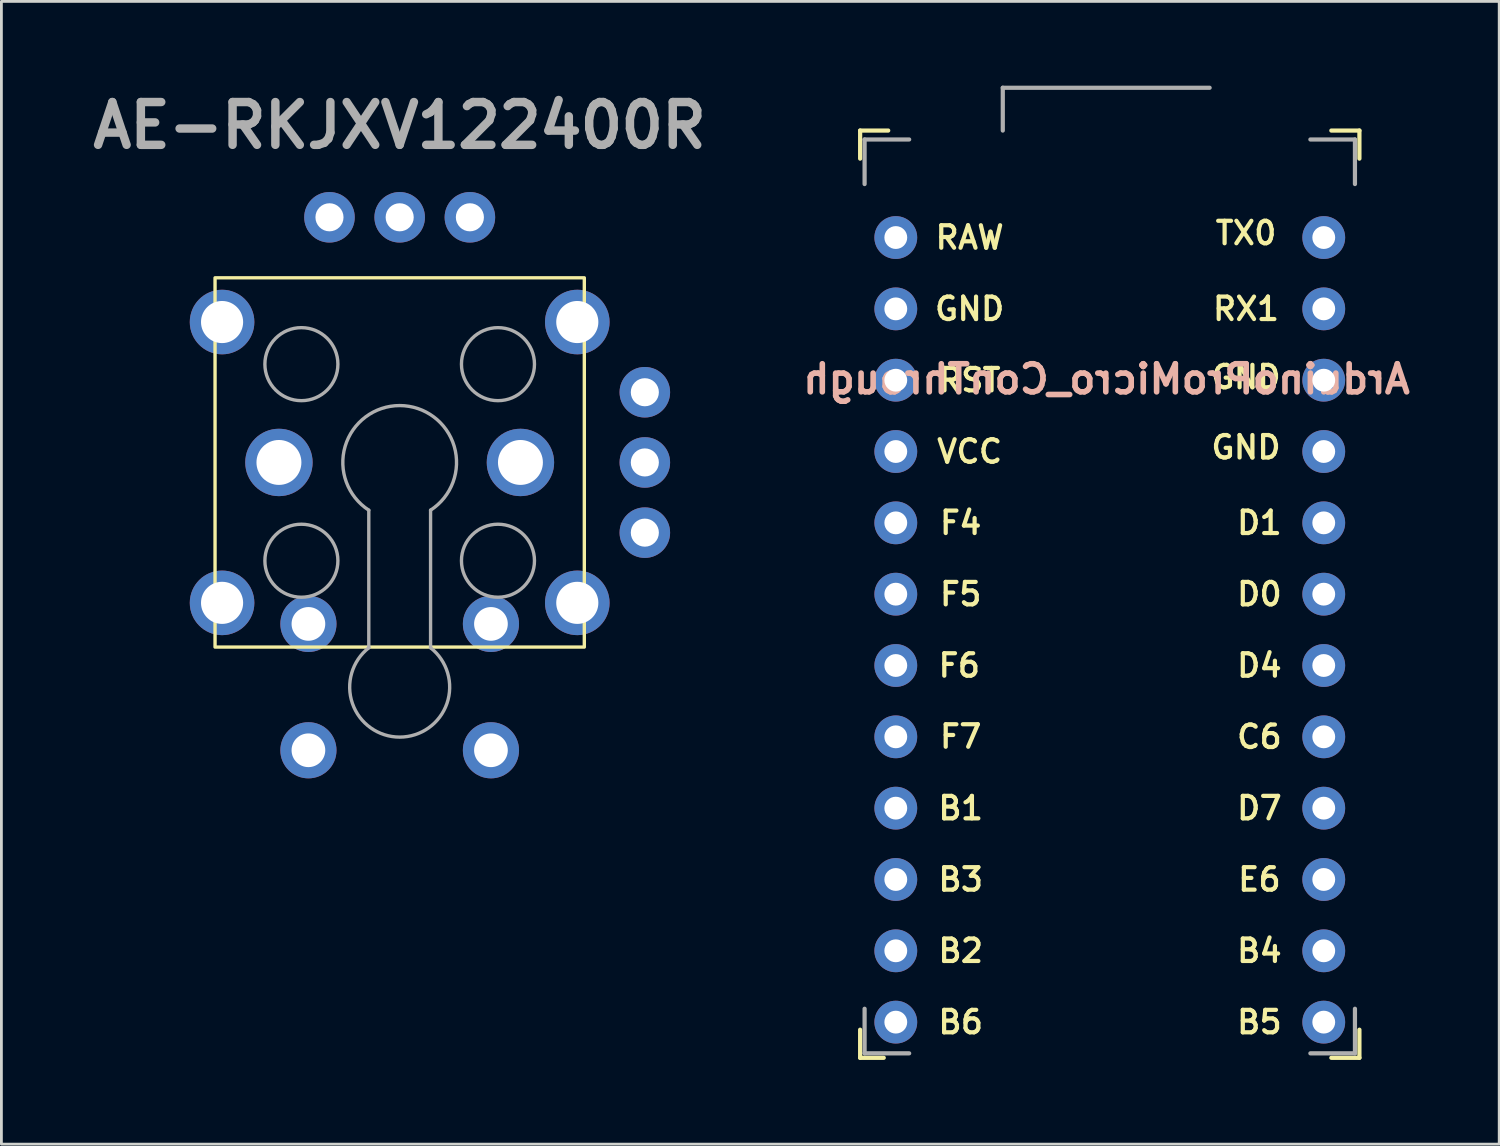
<source format=kicad_pcb>
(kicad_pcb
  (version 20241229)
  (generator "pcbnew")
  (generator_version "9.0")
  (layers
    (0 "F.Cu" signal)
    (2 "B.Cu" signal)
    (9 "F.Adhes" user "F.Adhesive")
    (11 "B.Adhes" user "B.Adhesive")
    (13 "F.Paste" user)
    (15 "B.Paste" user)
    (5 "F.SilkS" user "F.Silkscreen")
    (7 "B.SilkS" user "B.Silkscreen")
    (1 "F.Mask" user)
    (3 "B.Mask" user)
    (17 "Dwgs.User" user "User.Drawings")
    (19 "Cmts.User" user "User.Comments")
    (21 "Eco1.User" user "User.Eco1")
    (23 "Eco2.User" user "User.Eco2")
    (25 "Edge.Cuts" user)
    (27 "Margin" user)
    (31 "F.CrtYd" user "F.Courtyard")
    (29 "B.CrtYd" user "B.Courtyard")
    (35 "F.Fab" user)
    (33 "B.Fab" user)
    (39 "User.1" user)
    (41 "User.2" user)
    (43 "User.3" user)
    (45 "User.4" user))
  (footprint "ArduinoProMicro_ConThrough"
    (layer "F.Cu")
    (at 36.47 19.379)
    (property "Reference" "ArduinoProMicro_ConThrough" (at -0.118 -8.928 0) (layer "B.SilkS") (effects (font (size 1 1) (thickness 0.2)) (justify mirror)))
    (fp_line (start -8.89 -17.78) (end -8.89 -16.78) (stroke (width 0.15) (type solid)) (layer "F.SilkS"))
    (fp_line (start -8.89 15.24) (end -8.89 14.24) (stroke (width 0.15) (type solid)) (layer "F.SilkS"))
    (fp_line (start -8.89 15.24) (end -8.049 15.24) (stroke (width 0.15) (type solid)) (layer "F.SilkS"))
    (fp_line (start -7.89 -17.78) (end -8.89 -17.78) (stroke (width 0.15) (type solid)) (layer "F.SilkS"))
    (fp_line (start 8.89 -17.78) (end 7.89 -17.78) (stroke (width 0.15) (type solid)) (layer "F.SilkS"))
    (fp_line (start 8.89 -17.78) (end 8.89 -16.78) (stroke (width 0.15) (type solid)) (layer "F.SilkS"))
    (fp_line (start 8.89 15.24) (end 7.89 15.24) (stroke (width 0.15) (type solid)) (layer "F.SilkS"))
    (fp_line (start 8.89 15.24) (end 8.89 14.24) (stroke (width 0.15) (type solid)) (layer "F.SilkS"))
    (fp_line (start -8.731 -17.462) (end -8.731 -15.875) (stroke (width 0.15) (type solid)) (layer "F.Fab"))
    (fp_line (start -8.731 15.081) (end -8.731 13.494) (stroke (width 0.15) (type solid)) (layer "F.Fab"))
    (fp_line (start -7.144 -17.462) (end -8.731 -17.462) (stroke (width 0.15) (type solid)) (layer "F.Fab"))
    (fp_line (start -7.144 15.081) (end -8.731 15.081) (stroke (width 0.15) (type solid)) (layer "F.Fab"))
    (fp_line (start -3.81 -19.304) (end 3.556 -19.304) (stroke (width 0.15) (type solid)) (layer "F.Fab"))
    (fp_line (start -3.81 -17.78) (end -3.81 -19.304) (stroke (width 0.15) (type solid)) (layer "F.Fab"))
    (fp_line (start 7.144 15.081) (end 8.731 15.081) (stroke (width 0.15) (type solid)) (layer "F.Fab"))
    (fp_line (start 8.731 -17.462) (end 7.144 -17.462) (stroke (width 0.15) (type solid)) (layer "F.Fab"))
    (fp_line (start 8.731 -15.875) (end 8.731 -17.462) (stroke (width 0.15) (type solid)) (layer "F.Fab"))
    (fp_line (start 8.731 15.081) (end 8.731 13.494) (stroke (width 0.15) (type solid)) (layer "F.Fab"))
    (fp_text user "F4" (at -5.309 -3.81 0) (unlocked yes) (layer "F.SilkS") (effects (font (size 0.8 0.8) (thickness 0.15))))
    (fp_text user "C6" (at 5.328 3.81 0) (unlocked yes) (layer "F.SilkS") (effects (font (size 0.8 0.8) (thickness 0.15))))
    (fp_text user "B6" (at -5.309 13.97 0) (unlocked yes) (layer "F.SilkS") (effects (font (size 0.8 0.8) (thickness 0.15))))
    (fp_text user "TX0" (at 4.851 -14.129 0) (unlocked yes) (layer "F.SilkS") (effects (font (size 0.8 0.8) (thickness 0.15))))
    (fp_text user "RST" (at -4.991 -8.89 0) (unlocked yes) (layer "F.SilkS") (effects (font (size 0.8 0.8) (thickness 0.15))))
    (fp_text user "D7" (at 5.328 6.35 0) (unlocked yes) (layer "F.SilkS") (effects (font (size 0.8 0.8) (thickness 0.15))))
    (fp_text user "F5" (at -5.309 -1.27 0) (unlocked yes) (layer "F.SilkS") (effects (font (size 0.8 0.8) (thickness 0.15))))
    (fp_text user "B3" (at -5.309 8.89 0) (unlocked yes) (layer "F.SilkS") (effects (font (size 0.8 0.8) (thickness 0.15))))
    (fp_text user "GND" (at -4.991 -11.43 0) (unlocked yes) (layer "F.SilkS") (effects (font (size 0.8 0.8) (thickness 0.15))))
    (fp_text user "RX1" (at 4.851 -11.43 0) (unlocked yes) (layer "F.SilkS") (effects (font (size 0.8 0.8) (thickness 0.15))))
    (fp_text user "B1" (at -5.309 6.35 0) (unlocked yes) (layer "F.SilkS") (effects (font (size 0.8 0.8) (thickness 0.15))))
    (fp_text user "F7" (at -5.309 3.8 0) (unlocked yes) (layer "F.SilkS") (effects (font (size 0.8 0.8) (thickness 0.15))))
    (fp_text user "D4" (at 5.328 1.27 0) (unlocked yes) (layer "F.SilkS") (effects (font (size 0.8 0.8) (thickness 0.15))))
    (fp_text user "D1" (at 5.328 -3.81 0) (unlocked yes) (layer "F.SilkS") (effects (font (size 0.8 0.8) (thickness 0.15))))
    (fp_text user "D0" (at 5.328 -1.27 0) (unlocked yes) (layer "F.SilkS") (effects (font (size 0.8 0.8) (thickness 0.15))))
    (fp_text user "F6" (at -5.36 1.27 0) (unlocked yes) (layer "F.SilkS") (effects (font (size 0.8 0.8) (thickness 0.15))))
    (fp_text user "VCC" (at -4.991 -6.35 0) (unlocked yes) (layer "F.SilkS") (effects (font (size 0.8 0.8) (thickness 0.15))))
    (fp_text user "RAW" (at -4.991 -13.97 0) (unlocked yes) (layer "F.SilkS") (effects (font (size 0.8 0.8) (thickness 0.15))))
    (fp_text user "GND" (at 4.851 -9 0) (unlocked yes) (layer "F.SilkS") (effects (font (size 0.8 0.8) (thickness 0.15))))
    (fp_text user "B4" (at 5.328 11.43 0) (unlocked yes) (layer "F.SilkS") (effects (font (size 0.8 0.8) (thickness 0.15))))
    (fp_text user "B2" (at -5.309 11.43 0) (unlocked yes) (layer "F.SilkS") (effects (font (size 0.8 0.8) (thickness 0.15))))
    (fp_text user "GND" (at 4.851 -6.5 0) (unlocked yes) (layer "F.SilkS") (effects (font (size 0.8 0.8) (thickness 0.15))))
    (fp_text user "E6" (at 5.328 8.89 0) (unlocked yes) (layer "F.SilkS") (effects (font (size 0.8 0.8) (thickness 0.15))))
    (fp_text user "B5" (at 5.328 13.97 0) (unlocked yes) (layer "F.SilkS") (effects (font (size 0.8 0.8) (thickness 0.15))))
    (pad "1" thru_hole circle (at 7.62 -13.97 270) (size 1.524 1.524) (drill 0.813) (layers "*.Cu" "*.Mask"))
    (pad "2" thru_hole circle (at 7.62 -11.43 270) (size 1.524 1.524) (drill 0.813) (layers "*.Cu" "*.Mask"))
    (pad "3" thru_hole circle (at 7.62 -8.89 270) (size 1.524 1.524) (drill 0.813) (layers "*.Cu" "*.Mask"))
    (pad "4" thru_hole circle (at 7.62 -6.35 270) (size 1.524 1.524) (drill 0.813) (layers "*.Cu" "*.Mask"))
    (pad "5" thru_hole circle (at 7.62 -3.81 270) (size 1.524 1.524) (drill 0.813) (layers "*.Cu" "*.Mask"))
    (pad "6" thru_hole circle (at 7.62 -1.27 270) (size 1.524 1.524) (drill 0.813) (layers "*.Cu" "*.Mask"))
    (pad "7" thru_hole circle (at 7.62 1.27 270) (size 1.524 1.524) (drill 0.813) (layers "*.Cu" "*.Mask"))
    (pad "8" thru_hole circle (at 7.62 3.81 270) (size 1.524 1.524) (drill 0.813) (layers "*.Cu" "*.Mask"))
    (pad "9" thru_hole circle (at 7.62 6.35 270) (size 1.524 1.524) (drill 0.813) (layers "*.Cu" "*.Mask"))
    (pad "10" thru_hole circle (at 7.62 8.89 270) (size 1.524 1.524) (drill 0.813) (layers "*.Cu" "*.Mask"))
    (pad "11" thru_hole circle (at 7.62 11.43 270) (size 1.524 1.524) (drill 0.813) (layers "*.Cu" "*.Mask"))
    (pad "12" thru_hole circle (at 7.62 13.97 270) (size 1.524 1.524) (drill 0.813) (layers "*.Cu" "*.Mask"))
    (pad "13" thru_hole circle (at -7.62 13.97 270) (size 1.524 1.524) (drill 0.813) (layers "*.Cu" "*.Mask"))
    (pad "14" thru_hole circle (at -7.62 11.43 270) (size 1.524 1.524) (drill 0.813) (layers "*.Cu" "*.Mask"))
    (pad "15" thru_hole circle (at -7.62 8.89 270) (size 1.524 1.524) (drill 0.813) (layers "*.Cu" "*.Mask"))
    (pad "16" thru_hole circle (at -7.62 6.35 270) (size 1.524 1.524) (drill 0.813) (layers "*.Cu" "*.Mask"))
    (pad "17" thru_hole circle (at -7.62 3.81 270) (size 1.524 1.524) (drill 0.813) (layers "*.Cu" "*.Mask"))
    (pad "18" thru_hole circle (at -7.62 1.27 270) (size 1.524 1.524) (drill 0.813) (layers "*.Cu" "*.Mask"))
    (pad "19" thru_hole circle (at -7.62 -1.27 270) (size 1.524 1.524) (drill 0.813) (layers "*.Cu" "*.Mask"))
    (pad "20" thru_hole circle (at -7.62 -3.81 270) (size 1.524 1.524) (drill 0.813) (layers "*.Cu" "*.Mask"))
    (pad "21" thru_hole circle (at -7.62 -6.35 270) (size 1.524 1.524) (drill 0.813) (layers "*.Cu" "*.Mask"))
    (pad "22" thru_hole circle (at -7.62 -8.89 270) (size 1.524 1.524) (drill 0.813) (layers "*.Cu" "*.Mask"))
    (pad "23" thru_hole circle (at -7.62 -11.43 270) (size 1.524 1.524) (drill 0.813) (layers "*.Cu" "*.Mask"))
    (pad "24" thru_hole circle (at -7.62 -13.97 270) (size 1.524 1.524) (drill 0.813) (layers "*.Cu" "*.Mask")))
  (footprint "AE-RKJXV122400R"
    (layer "F.Cu")
    (at 11.183 13.418)
    (property "Reference" "AE-RKJXV122400R" (at 0 -12 0) (layer "F.Fab") (effects (font (size 1.524 1.524) (thickness 0.3))))
    (attr board_only exclude_from_pos_files exclude_from_bom)
    (fp_rect (start -6.575 -6.575) (end 6.575 6.575) (stroke (width 0.12) (type solid)) (fill no) (layer "F.SilkS"))
    (fp_line (start -1.1 1.7) (end -1.1 6.6) (stroke (width 0.12) (type solid)) (layer "F.Fab"))
    (fp_line (start 1.1 1.7) (end 1.1 6.6) (stroke (width 0.12) (type solid)) (layer "F.Fab"))
    (fp_arc (start -1.1 1.699999) (mid 0.000003 -2.025471) (end 1.099999 1.700001) (stroke (width 0.12) (type solid)) (layer "F.Fab"))
    (fp_arc (start 1.099999 6.6) (mid 0 9.781097) (end -1.1 6.6) (stroke (width 0.12) (type solid)) (layer "F.Fab"))
    (fp_circle (center -3.5 -3.5) (end -2.2 -3.5) (stroke (width 0.12) (type solid)) (fill no) (layer "F.Fab"))
    (fp_circle (center -3.5 3.5) (end -2.2 3.5) (stroke (width 0.12) (type solid)) (fill no) (layer "F.Fab"))
    (fp_circle (center 3.5 -3.5) (end 4.8 -3.5) (stroke (width 0.12) (type solid)) (fill no) (layer "F.Fab"))
    (fp_circle (center 3.5 3.5) (end 4.8 3.5) (stroke (width 0.12) (type solid)) (fill no) (layer "F.Fab"))
    (pad "" thru_hole circle (at -6.325 -5) (size 2.3 2.3) (drill 1.5) (layers "*.Cu" "*.Mask"))
    (pad "" thru_hole circle (at -6.325 5) (size 2.3 2.3) (drill 1.5) (layers "*.Cu" "*.Mask"))
    (pad "" thru_hole circle (at -4.3 0) (size 2.4 2.4) (drill 1.6) (layers "*.Cu" "*.Mask"))
    (pad "" thru_hole circle (at 4.3 0) (size 2.4 2.4) (drill 1.6) (layers "*.Cu" "*.Mask"))
    (pad "" thru_hole circle (at 6.325 -5) (size 2.3 2.3) (drill 1.5) (layers "*.Cu" "*.Mask"))
    (pad "" thru_hole circle (at 6.325 5) (size 2.3 2.3) (drill 1.5) (layers "*.Cu" "*.Mask"))
    (pad "1" thru_hole circle (at -2.5 -8.73 90) (size 1.8 1.8) (drill 1) (layers "*.Cu" "*.Mask"))
    (pad "2" thru_hole circle (at 0 -8.73 90) (size 1.8 1.8) (drill 1) (layers "*.Cu" "*.Mask"))
    (pad "3" thru_hole circle (at 2.5 -8.73 90) (size 1.8 1.8) (drill 1) (layers "*.Cu" "*.Mask"))
    (pad "4" thru_hole circle (at 8.73 -2.5) (size 1.8 1.8) (drill 1) (layers "*.Cu" "*.Mask"))
    (pad "5" thru_hole circle (at 8.73 0) (size 1.8 1.8) (drill 1) (layers "*.Cu" "*.Mask"))
    (pad "6" thru_hole circle (at 8.73 2.5) (size 1.8 1.8) (drill 1) (layers "*.Cu" "*.Mask"))
    (pad "S1" thru_hole circle (at -3.25 5.75) (size 2 2) (drill 1.2) (layers "*.Cu" "*.Mask"))
    (pad "S1" thru_hole circle (at 3.25 5.75) (size 2 2) (drill 1.2) (layers "*.Cu" "*.Mask"))
    (pad "S2" thru_hole circle (at -3.25 10.25) (size 2 2) (drill 1.2) (layers "*.Cu" "*.Mask"))
    (pad "S2" thru_hole circle (at 3.25 10.25) (size 2 2) (drill 1.2) (layers "*.Cu" "*.Mask")))
  (gr_rect
    (start -3 -3)
    (end 50.338 37.694)
    (stroke (width 0.1) (type default))
    (fill no)
    (layer "Edge.Cuts")))
</source>
